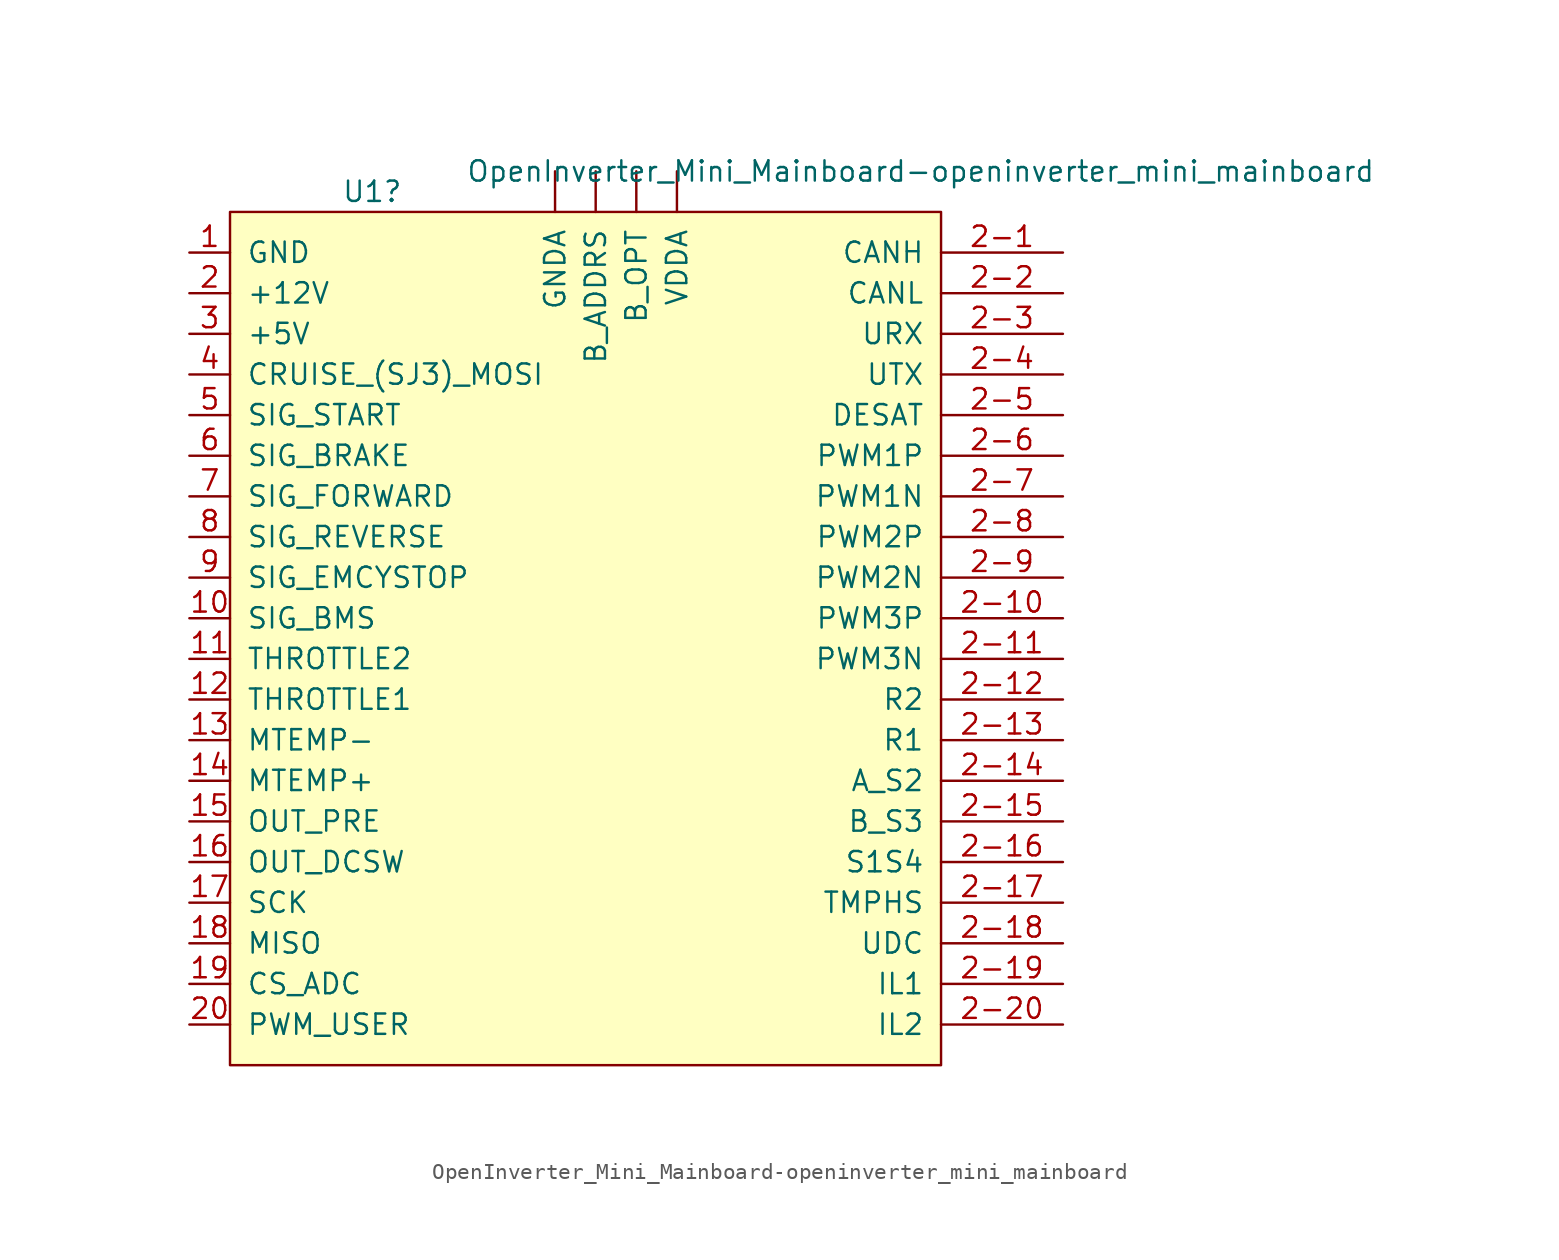
<source format=kicad_sym>
(kicad_symbol_lib
  (version 20211014)
  (generator kicad_symbol_editor)
  (symbol "OpenInverter_Mini_Mainboard-openinverter_mini_mainboard"
    (pin_names
      (offset 1.016))
    (property "Reference" "U1"
      (at -13.97 26.67 0)
      (effects (font (size 1.27 1.27))))
    (property "Value" "OpenInverter_Mini_Mainboard-openinverter_mini_mainboard"
      (at 20.32 27.94 0)
      (effects (font (size 1.27 1.27))))
    (symbol "OpenInverter_Mini_Mainboard-openinverter_mini_mainboard_0_0"
      (rectangle (start -22.86 25.4) (end 21.59 -27.94) (stroke (width 0) (type default) (color 0 0 0 0)) (fill (type background))))
    (symbol "OpenInverter_Mini_Mainboard-openinverter_mini_mainboard_1_1"
      (pin input line (at 0 27.94 270) (length 2.54) (name "B_ADDRS" (effects (font (size 1.27 1.27)))) (number "" (effects (font (size 1.27 1.27)))))
      (pin input line (at 2.54 27.94 270) (length 2.54) (name "B_OPT" (effects (font (size 1.27 1.27)))) (number "" (effects (font (size 1.27 1.27)))))
      (pin power_out line (at -2.54 27.94 270) (length 2.54) (name "GNDA" (effects (font (size 1.27 1.27)))) (number "" (effects (font (size 1.27 1.27)))))
      (pin power_out line (at 5.08 27.94 270) (length 2.54) (name "VDDA" (effects (font (size 1.27 1.27)))) (number "" (effects (font (size 1.27 1.27)))))
      (pin power_in line (at -25.4 22.86 0) (length 2.54) (name "GND" (effects (font (size 1.27 1.27)))) (number "1" (effects (font (size 1.27 1.27)))))
      (pin bidirectional line (at -25.4 0 0) (length 2.54) (name "SIG_BMS" (effects (font (size 1.27 1.27)))) (number "10" (effects (font (size 1.27 1.27)))))
      (pin input line (at -25.4 -2.54 0) (length 2.54) (name "THROTTLE2" (effects (font (size 1.27 1.27)))) (number "11" (effects (font (size 1.27 1.27)))))
      (pin input line (at -25.4 -5.08 0) (length 2.54) (name "THROTTLE1" (effects (font (size 1.27 1.27)))) (number "12" (effects (font (size 1.27 1.27)))))
      (pin input line (at -25.4 -7.62 0) (length 2.54) (name "MTEMP-" (effects (font (size 1.27 1.27)))) (number "13" (effects (font (size 1.27 1.27)))))
      (pin input line (at -25.4 -10.16 0) (length 2.54) (name "MTEMP+" (effects (font (size 1.27 1.27)))) (number "14" (effects (font (size 1.27 1.27)))))
      (pin output line (at -25.4 -12.7 0) (length 2.54) (name "OUT_PRE" (effects (font (size 1.27 1.27)))) (number "15" (effects (font (size 1.27 1.27)))))
      (pin output line (at -25.4 -15.24 0) (length 2.54) (name "OUT_DCSW" (effects (font (size 1.27 1.27)))) (number "16" (effects (font (size 1.27 1.27)))))
      (pin output line (at -25.4 -17.78 0) (length 2.54) (name "SCK" (effects (font (size 1.27 1.27)))) (number "17" (effects (font (size 1.27 1.27)))))
      (pin bidirectional line (at -25.4 -20.32 0) (length 2.54) (name "MISO" (effects (font (size 1.27 1.27)))) (number "18" (effects (font (size 1.27 1.27)))))
      (pin bidirectional line (at -25.4 -22.86 0) (length 2.54) (name "CS_ADC" (effects (font (size 1.27 1.27)))) (number "19" (effects (font (size 1.27 1.27)))))
      (pin power_in line (at -25.4 20.32 0) (length 2.54) (name "+12V" (effects (font (size 1.27 1.27)))) (number "2" (effects (font (size 1.27 1.27)))))
      (pin bidirectional line (at 29.21 22.86 180) (length 7.62) (name "CANH" (effects (font (size 1.27 1.27)))) (number "2-1" (effects (font (size 1.27 1.27)))))
      (pin output line (at 29.21 0 180) (length 7.62) (name "PWM3P" (effects (font (size 1.27 1.27)))) (number "2-10" (effects (font (size 1.27 1.27)))))
      (pin output line (at 29.21 -2.54 180) (length 7.62) (name "PWM3N" (effects (font (size 1.27 1.27)))) (number "2-11" (effects (font (size 1.27 1.27)))))
      (pin bidirectional line (at 29.21 -5.08 180) (length 7.62) (name "R2" (effects (font (size 1.27 1.27)))) (number "2-12" (effects (font (size 1.27 1.27)))))
      (pin bidirectional line (at 29.21 -7.62 180) (length 7.62) (name "R1" (effects (font (size 1.27 1.27)))) (number "2-13" (effects (font (size 1.27 1.27)))))
      (pin bidirectional line (at 29.21 -10.16 180) (length 7.62) (name "A_S2" (effects (font (size 1.27 1.27)))) (number "2-14" (effects (font (size 1.27 1.27)))))
      (pin bidirectional line (at 29.21 -12.7 180) (length 7.62) (name "B_S3" (effects (font (size 1.27 1.27)))) (number "2-15" (effects (font (size 1.27 1.27)))))
      (pin bidirectional line (at 29.21 -15.24 180) (length 7.62) (name "S1S4" (effects (font (size 1.27 1.27)))) (number "2-16" (effects (font (size 1.27 1.27)))))
      (pin bidirectional line (at 29.21 -17.78 180) (length 7.62) (name "TMPHS" (effects (font (size 1.27 1.27)))) (number "2-17" (effects (font (size 1.27 1.27)))))
      (pin bidirectional line (at 29.21 -20.32 180) (length 7.62) (name "UDC" (effects (font (size 1.27 1.27)))) (number "2-18" (effects (font (size 1.27 1.27)))))
      (pin bidirectional line (at 29.21 -22.86 180) (length 7.62) (name "IL1" (effects (font (size 1.27 1.27)))) (number "2-19" (effects (font (size 1.27 1.27)))))
      (pin bidirectional line (at 29.21 20.32 180) (length 7.62) (name "CANL" (effects (font (size 1.27 1.27)))) (number "2-2" (effects (font (size 1.27 1.27)))))
      (pin bidirectional line (at 29.21 -25.4 180) (length 7.62) (name "IL2" (effects (font (size 1.27 1.27)))) (number "2-20" (effects (font (size 1.27 1.27)))))
      (pin input line (at 29.21 17.78 180) (length 7.62) (name "URX" (effects (font (size 1.27 1.27)))) (number "2-3" (effects (font (size 1.27 1.27)))))
      (pin output line (at 29.21 15.24 180) (length 7.62) (name "UTX" (effects (font (size 1.27 1.27)))) (number "2-4" (effects (font (size 1.27 1.27)))))
      (pin input line (at 29.21 12.7 180) (length 7.62) (name "DESAT" (effects (font (size 1.27 1.27)))) (number "2-5" (effects (font (size 1.27 1.27)))))
      (pin output line (at 29.21 10.16 180) (length 7.62) (name "PWM1P" (effects (font (size 1.27 1.27)))) (number "2-6" (effects (font (size 1.27 1.27)))))
      (pin output line (at 29.21 7.62 180) (length 7.62) (name "PWM1N" (effects (font (size 1.27 1.27)))) (number "2-7" (effects (font (size 1.27 1.27)))))
      (pin output line (at 29.21 5.08 180) (length 7.62) (name "PWM2P" (effects (font (size 1.27 1.27)))) (number "2-8" (effects (font (size 1.27 1.27)))))
      (pin output line (at 29.21 2.54 180) (length 7.62) (name "PWM2N" (effects (font (size 1.27 1.27)))) (number "2-9" (effects (font (size 1.27 1.27)))))
      (pin bidirectional line (at -25.4 -25.4 0) (length 2.54) (name "PWM_USER" (effects (font (size 1.27 1.27)))) (number "20" (effects (font (size 1.27 1.27)))))
      (pin power_in line (at -25.4 17.78 0) (length 2.54) (name "+5V" (effects (font (size 1.27 1.27)))) (number "3" (effects (font (size 1.27 1.27)))))
      (pin input line (at -25.4 15.24 0) (length 2.54) (name "CRUISE_(SJ3)_MOSI" (effects (font (size 1.27 1.27)))) (number "4" (effects (font (size 1.27 1.27)))))
      (pin input line (at -25.4 12.7 0) (length 2.54) (name "SIG_START" (effects (font (size 1.27 1.27)))) (number "5" (effects (font (size 1.27 1.27)))))
      (pin input line (at -25.4 10.16 0) (length 2.54) (name "SIG_BRAKE" (effects (font (size 1.27 1.27)))) (number "6" (effects (font (size 1.27 1.27)))))
      (pin input line (at -25.4 7.62 0) (length 2.54) (name "SIG_FORWARD" (effects (font (size 1.27 1.27)))) (number "7" (effects (font (size 1.27 1.27)))))
      (pin input line (at -25.4 5.08 0) (length 2.54) (name "SIG_REVERSE" (effects (font (size 1.27 1.27)))) (number "8" (effects (font (size 1.27 1.27)))))
      (pin input line (at -25.4 2.54 0) (length 2.54) (name "SIG_EMCYSTOP" (effects (font (size 1.27 1.27)))) (number "9" (effects (font (size 1.27 1.27))))))))
</source>
